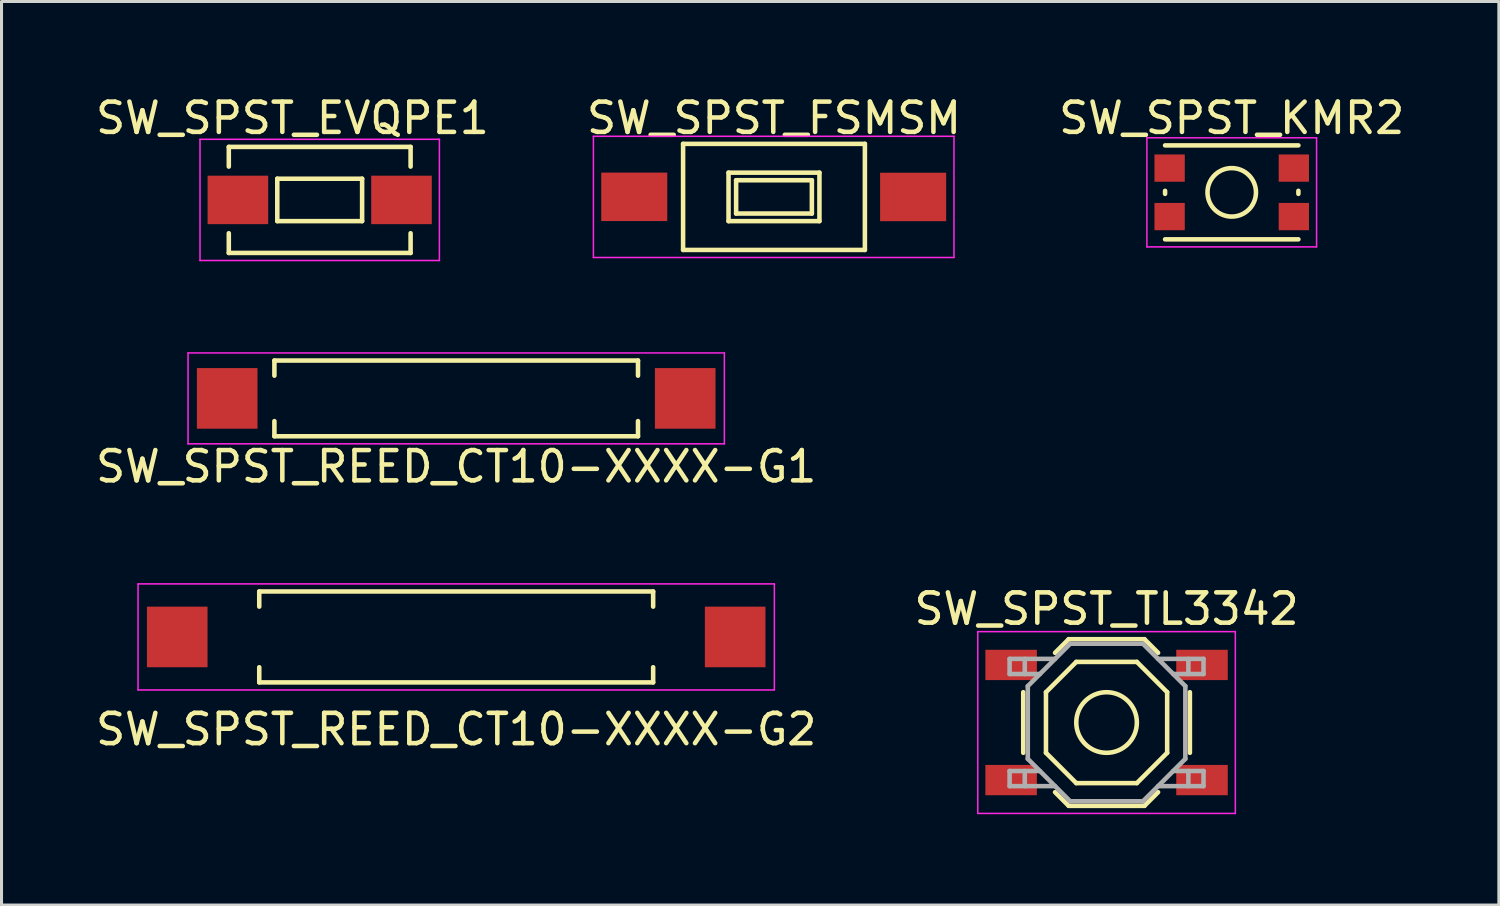
<source format=kicad_pcb>
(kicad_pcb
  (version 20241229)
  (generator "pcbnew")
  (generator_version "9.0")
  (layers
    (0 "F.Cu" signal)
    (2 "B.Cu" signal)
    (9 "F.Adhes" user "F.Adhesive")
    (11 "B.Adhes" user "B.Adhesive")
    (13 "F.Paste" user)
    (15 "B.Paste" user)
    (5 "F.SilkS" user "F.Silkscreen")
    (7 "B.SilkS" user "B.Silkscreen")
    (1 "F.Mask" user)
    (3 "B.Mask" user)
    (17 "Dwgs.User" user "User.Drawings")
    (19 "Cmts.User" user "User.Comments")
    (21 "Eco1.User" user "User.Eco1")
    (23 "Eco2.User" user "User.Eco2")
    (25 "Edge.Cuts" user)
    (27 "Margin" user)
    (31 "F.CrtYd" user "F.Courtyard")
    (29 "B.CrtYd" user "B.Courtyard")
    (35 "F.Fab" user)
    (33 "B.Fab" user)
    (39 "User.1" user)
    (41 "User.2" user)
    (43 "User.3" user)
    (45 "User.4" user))
  (footprint "SW_SPST_FSMSM"
    (layer "F.Cu")
    (at 22.484 3.448)
    (property "Reference" "SW_SPST_FSMSM" (at 0.01 -2.6 0) (layer "F.SilkS") (effects (font (size 1 1) (thickness 0.15))))
    (attr smd)
    (fp_line (start -2.99 -1.75) (end -2.99 1.75) (stroke (width 0.15) (type solid)) (layer "F.SilkS"))
    (fp_line (start -2.99 -1.75) (end 3.01 -1.75) (stroke (width 0.15) (type solid)) (layer "F.SilkS"))
    (fp_line (start -2.99 1.75) (end 3.01 1.75) (stroke (width 0.15) (type solid)) (layer "F.SilkS"))
    (fp_line (start -1.49 -0.8) (end -1.49 0.8) (stroke (width 0.15) (type solid)) (layer "F.SilkS"))
    (fp_line (start -1.49 -0.8) (end 1.51 -0.8) (stroke (width 0.15) (type solid)) (layer "F.SilkS"))
    (fp_line (start -1.49 0.8) (end 1.51 0.8) (stroke (width 0.15) (type solid)) (layer "F.SilkS"))
    (fp_line (start -1.24 -0.55) (end 1.26 -0.55) (stroke (width 0.15) (type solid)) (layer "F.SilkS"))
    (fp_line (start -1.24 0.55) (end -1.24 -0.55) (stroke (width 0.15) (type solid)) (layer "F.SilkS"))
    (fp_line (start 1.26 -0.55) (end 1.26 0.55) (stroke (width 0.15) (type solid)) (layer "F.SilkS"))
    (fp_line (start 1.26 0.55) (end -1.24 0.55) (stroke (width 0.15) (type solid)) (layer "F.SilkS"))
    (fp_line (start 1.51 -0.8) (end 1.51 0.8) (stroke (width 0.15) (type solid)) (layer "F.SilkS"))
    (fp_line (start 3.01 -1.75) (end 3.01 1.75) (stroke (width 0.15) (type solid)) (layer "F.SilkS"))
    (fp_line (start -5.95 -2) (end -5.95 2) (stroke (width 0.05) (type solid)) (layer "F.CrtYd"))
    (fp_line (start -5.95 -2) (end 5.95 -2) (stroke (width 0.05) (type solid)) (layer "F.CrtYd"))
    (fp_line (start -5.95 2) (end 5.95 2) (stroke (width 0.05) (type solid)) (layer "F.CrtYd"))
    (fp_line (start 5.95 -2) (end 5.95 2) (stroke (width 0.05) (type solid)) (layer "F.CrtYd"))
    (pad "1" smd rect (at -4.602 -0.002) (size 2.18 1.6) (layers "F.Cu" "F.Mask" "F.Paste"))
    (pad "2" smd rect (at 4.602 0.002) (size 2.18 1.6) (layers "F.Cu" "F.Mask" "F.Paste")))
  (footprint "SW_SPST_TL3342"
    (layer "F.Cu")
    (at 33.47 20.795)
    (property "Reference" "SW_SPST_TL3342" (at 0 -3.75 0) (layer "F.SilkS") (effects (font (size 1 1) (thickness 0.15))))
    (attr smd)
    (fp_line (start -2.75 -1) (end -2.75 1) (stroke (width 0.15) (type solid)) (layer "F.SilkS"))
    (fp_line (start -2 -1) (end -1 -2) (stroke (width 0.15) (type solid)) (layer "F.SilkS"))
    (fp_line (start -2 1) (end -2 -1) (stroke (width 0.15) (type solid)) (layer "F.SilkS"))
    (fp_line (start -1.7 -2.3) (end -1.25 -2.75) (stroke (width 0.15) (type solid)) (layer "F.SilkS"))
    (fp_line (start -1.7 2.3) (end -1.25 2.75) (stroke (width 0.15) (type solid)) (layer "F.SilkS"))
    (fp_line (start -1.25 -2.75) (end 1.25 -2.75) (stroke (width 0.15) (type solid)) (layer "F.SilkS"))
    (fp_line (start -1.25 2.75) (end 1.25 2.75) (stroke (width 0.15) (type solid)) (layer "F.SilkS"))
    (fp_line (start -1 -2) (end 1 -2) (stroke (width 0.15) (type solid)) (layer "F.SilkS"))
    (fp_line (start -1 2) (end -2 1) (stroke (width 0.15) (type solid)) (layer "F.SilkS"))
    (fp_line (start 1 -2) (end 2 -1) (stroke (width 0.15) (type solid)) (layer "F.SilkS"))
    (fp_line (start 1 2) (end -1 2) (stroke (width 0.15) (type solid)) (layer "F.SilkS"))
    (fp_line (start 1.7 -2.3) (end 1.25 -2.75) (stroke (width 0.15) (type solid)) (layer "F.SilkS"))
    (fp_line (start 1.7 2.3) (end 1.25 2.75) (stroke (width 0.15) (type solid)) (layer "F.SilkS"))
    (fp_line (start 2 -1) (end 2 1) (stroke (width 0.15) (type solid)) (layer "F.SilkS"))
    (fp_line (start 2 1) (end 1 2) (stroke (width 0.15) (type solid)) (layer "F.SilkS"))
    (fp_line (start 2.75 -1) (end 2.75 1) (stroke (width 0.15) (type solid)) (layer "F.SilkS"))
    (fp_circle (center 0 0) (end 1 0) (stroke (width 0.15) (type solid)) (fill no) (layer "F.SilkS"))
    (fp_line (start -4.25 -3) (end 4.25 -3) (stroke (width 0.05) (type solid)) (layer "F.CrtYd"))
    (fp_line (start -4.25 3) (end -4.25 -3) (stroke (width 0.05) (type solid)) (layer "F.CrtYd"))
    (fp_line (start 4.25 -3) (end 4.25 3) (stroke (width 0.05) (type solid)) (layer "F.CrtYd"))
    (fp_line (start 4.25 3) (end -4.25 3) (stroke (width 0.05) (type solid)) (layer "F.CrtYd"))
    (fp_line (start -3.2 -2.1) (end -3.2 -1.6) (stroke (width 0.15) (type solid)) (layer "F.Fab"))
    (fp_line (start -3.2 -1.6) (end -2.2 -1.6) (stroke (width 0.15) (type solid)) (layer "F.Fab"))
    (fp_line (start -3.2 1.6) (end -2.2 1.6) (stroke (width 0.15) (type solid)) (layer "F.Fab"))
    (fp_line (start -3.2 2.1) (end -3.2 1.6) (stroke (width 0.15) (type solid)) (layer "F.Fab"))
    (fp_line (start -2.7 -2.1) (end -2.7 -1.6) (stroke (width 0.15) (type solid)) (layer "F.Fab"))
    (fp_line (start -2.7 2.1) (end -2.7 1.6) (stroke (width 0.15) (type solid)) (layer "F.Fab"))
    (fp_line (start -2.6 -1.2) (end -2.6 1.2) (stroke (width 0.15) (type solid)) (layer "F.Fab"))
    (fp_line (start -2.6 1.2) (end -1.2 2.6) (stroke (width 0.15) (type solid)) (layer "F.Fab"))
    (fp_line (start -1.7 -2.1) (end -3.2 -2.1) (stroke (width 0.15) (type solid)) (layer "F.Fab"))
    (fp_line (start -1.7 2.1) (end -3.2 2.1) (stroke (width 0.15) (type solid)) (layer "F.Fab"))
    (fp_line (start -1.2 -2.6) (end -2.6 -1.2) (stroke (width 0.15) (type solid)) (layer "F.Fab"))
    (fp_line (start -1.2 2.6) (end 1.2 2.6) (stroke (width 0.15) (type solid)) (layer "F.Fab"))
    (fp_line (start 1.2 -2.6) (end -1.2 -2.6) (stroke (width 0.15) (type solid)) (layer "F.Fab"))
    (fp_line (start 1.2 2.6) (end 2.6 1.2) (stroke (width 0.15) (type solid)) (layer "F.Fab"))
    (fp_line (start 1.7 -2.1) (end 3.2 -2.1) (stroke (width 0.15) (type solid)) (layer "F.Fab"))
    (fp_line (start 1.7 2.1) (end 3.2 2.1) (stroke (width 0.15) (type solid)) (layer "F.Fab"))
    (fp_line (start 2.6 -1.2) (end 1.2 -2.6) (stroke (width 0.15) (type solid)) (layer "F.Fab"))
    (fp_line (start 2.6 1.2) (end 2.6 -1.2) (stroke (width 0.15) (type solid)) (layer "F.Fab"))
    (fp_line (start 2.7 -2.1) (end 2.7 -1.6) (stroke (width 0.15) (type solid)) (layer "F.Fab"))
    (fp_line (start 2.7 2.1) (end 2.7 1.6) (stroke (width 0.15) (type solid)) (layer "F.Fab"))
    (fp_line (start 3.2 -2.1) (end 3.2 -1.6) (stroke (width 0.15) (type solid)) (layer "F.Fab"))
    (fp_line (start 3.2 -1.6) (end 2.2 -1.6) (stroke (width 0.15) (type solid)) (layer "F.Fab"))
    (fp_line (start 3.2 1.6) (end 2.2 1.6) (stroke (width 0.15) (type solid)) (layer "F.Fab"))
    (fp_line (start 3.2 2.1) (end 3.2 1.6) (stroke (width 0.15) (type solid)) (layer "F.Fab"))
    (pad "1" smd rect (at -3.15 -1.9) (size 1.7 1) (layers "F.Cu" "F.Mask" "F.Paste"))
    (pad "1" smd rect (at 3.15 -1.9) (size 1.7 1) (layers "F.Cu" "F.Mask" "F.Paste"))
    (pad "2" smd rect (at -3.15 1.9) (size 1.7 1) (layers "F.Cu" "F.Mask" "F.Paste"))
    (pad "2" smd rect (at 3.15 1.9) (size 1.7 1) (layers "F.Cu" "F.Mask" "F.Paste")))
  (footprint "SW_SPST_KMR2"
    (layer "F.Cu")
    (at 37.601 3.298)
    (property "Reference" "SW_SPST_KMR2" (at 0 -2.45 0) (layer "F.SilkS") (effects (font (size 1 1) (thickness 0.15))))
    (attr smd)
    (fp_line (start -2.2 0.05) (end -2.2 -0.05) (stroke (width 0.15) (type solid)) (layer "F.SilkS"))
    (fp_line (start -2.2 1.55) (end 2.2 1.55) (stroke (width 0.15) (type solid)) (layer "F.SilkS"))
    (fp_line (start 2.2 -1.55) (end -2.2 -1.55) (stroke (width 0.15) (type solid)) (layer "F.SilkS"))
    (fp_line (start 2.2 0.05) (end 2.2 -0.05) (stroke (width 0.15) (type solid)) (layer "F.SilkS"))
    (fp_circle (center 0 0) (end 0 0.8) (stroke (width 0.15) (type solid)) (fill no) (layer "F.SilkS"))
    (fp_line (start -2.8 -1.8) (end 2.8 -1.8) (stroke (width 0.05) (type solid)) (layer "F.CrtYd"))
    (fp_line (start -2.8 1.8) (end -2.8 -1.8) (stroke (width 0.05) (type solid)) (layer "F.CrtYd"))
    (fp_line (start 2.8 -1.8) (end 2.8 1.8) (stroke (width 0.05) (type solid)) (layer "F.CrtYd"))
    (fp_line (start 2.8 1.8) (end -2.8 1.8) (stroke (width 0.05) (type solid)) (layer "F.CrtYd"))
    (pad "1" smd rect (at -2.05 -0.8 90) (size 0.9 1) (layers "F.Cu" "F.Mask" "F.Paste"))
    (pad "1" smd rect (at 2.05 -0.8 90) (size 0.9 1) (layers "F.Cu" "F.Mask" "F.Paste"))
    (pad "2" smd rect (at -2.05 0.8 90) (size 0.9 1) (layers "F.Cu" "F.Mask" "F.Paste"))
    (pad "2" smd rect (at 2.05 0.8 90) (size 0.9 1) (layers "F.Cu" "F.Mask" "F.Paste")))
  (footprint "SW_SPST_REED_CT10-XXXX-G1"
    (layer "F.Cu")
    (at 12.006 10.098)
    (property "Reference" "SW_SPST_REED_CT10-XXXX-G1" (at 0 2.25 0) (layer "F.SilkS") (effects (font (size 1 1) (thickness 0.15))))
    (attr smd)
    (fp_line (start -6 -1.25) (end -6 -0.75) (stroke (width 0.15) (type solid)) (layer "F.SilkS"))
    (fp_line (start -6 0.75) (end -6 1.25) (stroke (width 0.15) (type solid)) (layer "F.SilkS"))
    (fp_line (start -6 1.25) (end 6 1.25) (stroke (width 0.15) (type solid)) (layer "F.SilkS"))
    (fp_line (start 6 -1.25) (end -6 -1.25) (stroke (width 0.15) (type solid)) (layer "F.SilkS"))
    (fp_line (start 6 -0.75) (end 6 -1.25) (stroke (width 0.15) (type solid)) (layer "F.SilkS"))
    (fp_line (start 6 1.25) (end 6 0.75) (stroke (width 0.15) (type solid)) (layer "F.SilkS"))
    (fp_line (start -8.85 -1.5) (end 8.85 -1.5) (stroke (width 0.05) (type solid)) (layer "F.CrtYd"))
    (fp_line (start -8.85 1.5) (end -8.85 -1.5) (stroke (width 0.05) (type solid)) (layer "F.CrtYd"))
    (fp_line (start 8.85 -1.5) (end 8.85 1.5) (stroke (width 0.05) (type solid)) (layer "F.CrtYd"))
    (fp_line (start 8.85 1.5) (end -8.85 1.5) (stroke (width 0.05) (type solid)) (layer "F.CrtYd"))
    (pad "1" smd rect (at -7.558 0) (size 2 2) (layers "F.Cu" "F.Mask" "F.Paste"))
    (pad "2" smd rect (at 7.558 0) (size 2 2) (layers "F.Cu" "F.Mask" "F.Paste")))
  (footprint "SW_SPST_REED_CT10-XXXX-G2"
    (layer "F.Cu")
    (at 12.006 17.971)
    (property "Reference" "SW_SPST_REED_CT10-XXXX-G2" (at 0 3.05 0) (layer "F.SilkS") (effects (font (size 1 1) (thickness 0.15))))
    (attr smd)
    (fp_line (start -6.5 -1.5) (end -6.5 -1) (stroke (width 0.15) (type solid)) (layer "F.SilkS"))
    (fp_line (start -6.5 1) (end -6.5 1.5) (stroke (width 0.15) (type solid)) (layer "F.SilkS"))
    (fp_line (start -6.5 1.5) (end 6.5 1.5) (stroke (width 0.15) (type solid)) (layer "F.SilkS"))
    (fp_line (start 6.5 -1.5) (end -6.5 -1.5) (stroke (width 0.15) (type solid)) (layer "F.SilkS"))
    (fp_line (start 6.5 -1) (end 6.5 -1.5) (stroke (width 0.15) (type solid)) (layer "F.SilkS"))
    (fp_line (start 6.5 1.5) (end 6.5 1) (stroke (width 0.15) (type solid)) (layer "F.SilkS"))
    (fp_line (start -10.5 -1.75) (end -10.5 1.75) (stroke (width 0.05) (type solid)) (layer "F.CrtYd"))
    (fp_line (start -10.5 1.75) (end 10.5 1.75) (stroke (width 0.05) (type solid)) (layer "F.CrtYd"))
    (fp_line (start 10.5 -1.75) (end -10.5 -1.75) (stroke (width 0.05) (type solid)) (layer "F.CrtYd"))
    (fp_line (start 10.5 1.75) (end 10.5 -1.75) (stroke (width 0.05) (type solid)) (layer "F.CrtYd"))
    (pad "1" smd rect (at -9.207 0) (size 2 2) (layers "F.Cu" "F.Mask" "F.Paste"))
    (pad "2" smd rect (at 9.207 0) (size 2 2) (layers "F.Cu" "F.Mask" "F.Paste")))
  (footprint "SW_SPST_EVQPE1"
    (layer "F.Cu")
    (at 7.501 3.548)
    (property "Reference" "SW_SPST_EVQPE1" (at -0.9 -2.7 0) (layer "F.SilkS") (effects (font (size 1 1) (thickness 0.15))))
    (attr smd)
    (fp_line (start -3 -1.75) (end -3 -1.1) (stroke (width 0.15) (type solid)) (layer "F.SilkS"))
    (fp_line (start -3 1.1) (end -3 1.75) (stroke (width 0.15) (type solid)) (layer "F.SilkS"))
    (fp_line (start -3 1.75) (end 3 1.75) (stroke (width 0.15) (type solid)) (layer "F.SilkS"))
    (fp_line (start -1.4 -0.7) (end 1.4 -0.7) (stroke (width 0.15) (type solid)) (layer "F.SilkS"))
    (fp_line (start -1.4 0.7) (end -1.4 -0.7) (stroke (width 0.15) (type solid)) (layer "F.SilkS"))
    (fp_line (start 1.4 -0.7) (end 1.4 0.7) (stroke (width 0.15) (type solid)) (layer "F.SilkS"))
    (fp_line (start 1.4 0.7) (end -1.4 0.7) (stroke (width 0.15) (type solid)) (layer "F.SilkS"))
    (fp_line (start 3 -1.75) (end -3 -1.75) (stroke (width 0.15) (type solid)) (layer "F.SilkS"))
    (fp_line (start 3 -1.75) (end 3 -1.1) (stroke (width 0.15) (type solid)) (layer "F.SilkS"))
    (fp_line (start 3 1.75) (end 3 1.1) (stroke (width 0.15) (type solid)) (layer "F.SilkS"))
    (fp_line (start -3.95 -2) (end 3.95 -2) (stroke (width 0.05) (type solid)) (layer "F.CrtYd"))
    (fp_line (start -3.95 2) (end -3.95 -2) (stroke (width 0.05) (type solid)) (layer "F.CrtYd"))
    (fp_line (start 3.95 -2) (end 3.95 2) (stroke (width 0.05) (type solid)) (layer "F.CrtYd"))
    (fp_line (start 3.95 2) (end -3.95 2) (stroke (width 0.05) (type solid)) (layer "F.CrtYd"))
    (pad "1" smd rect (at -2.7 0) (size 2 1.6) (layers "F.Cu" "F.Mask" "F.Paste"))
    (pad "2" smd rect (at 2.7 0) (size 2 1.6) (layers "F.Cu" "F.Mask" "F.Paste")))
  (gr_rect
    (start -3 -3)
    (end 46.417 26.82)
    (stroke (width 0.1) (type default))
    (fill no)
    (layer "Edge.Cuts")))
</source>
